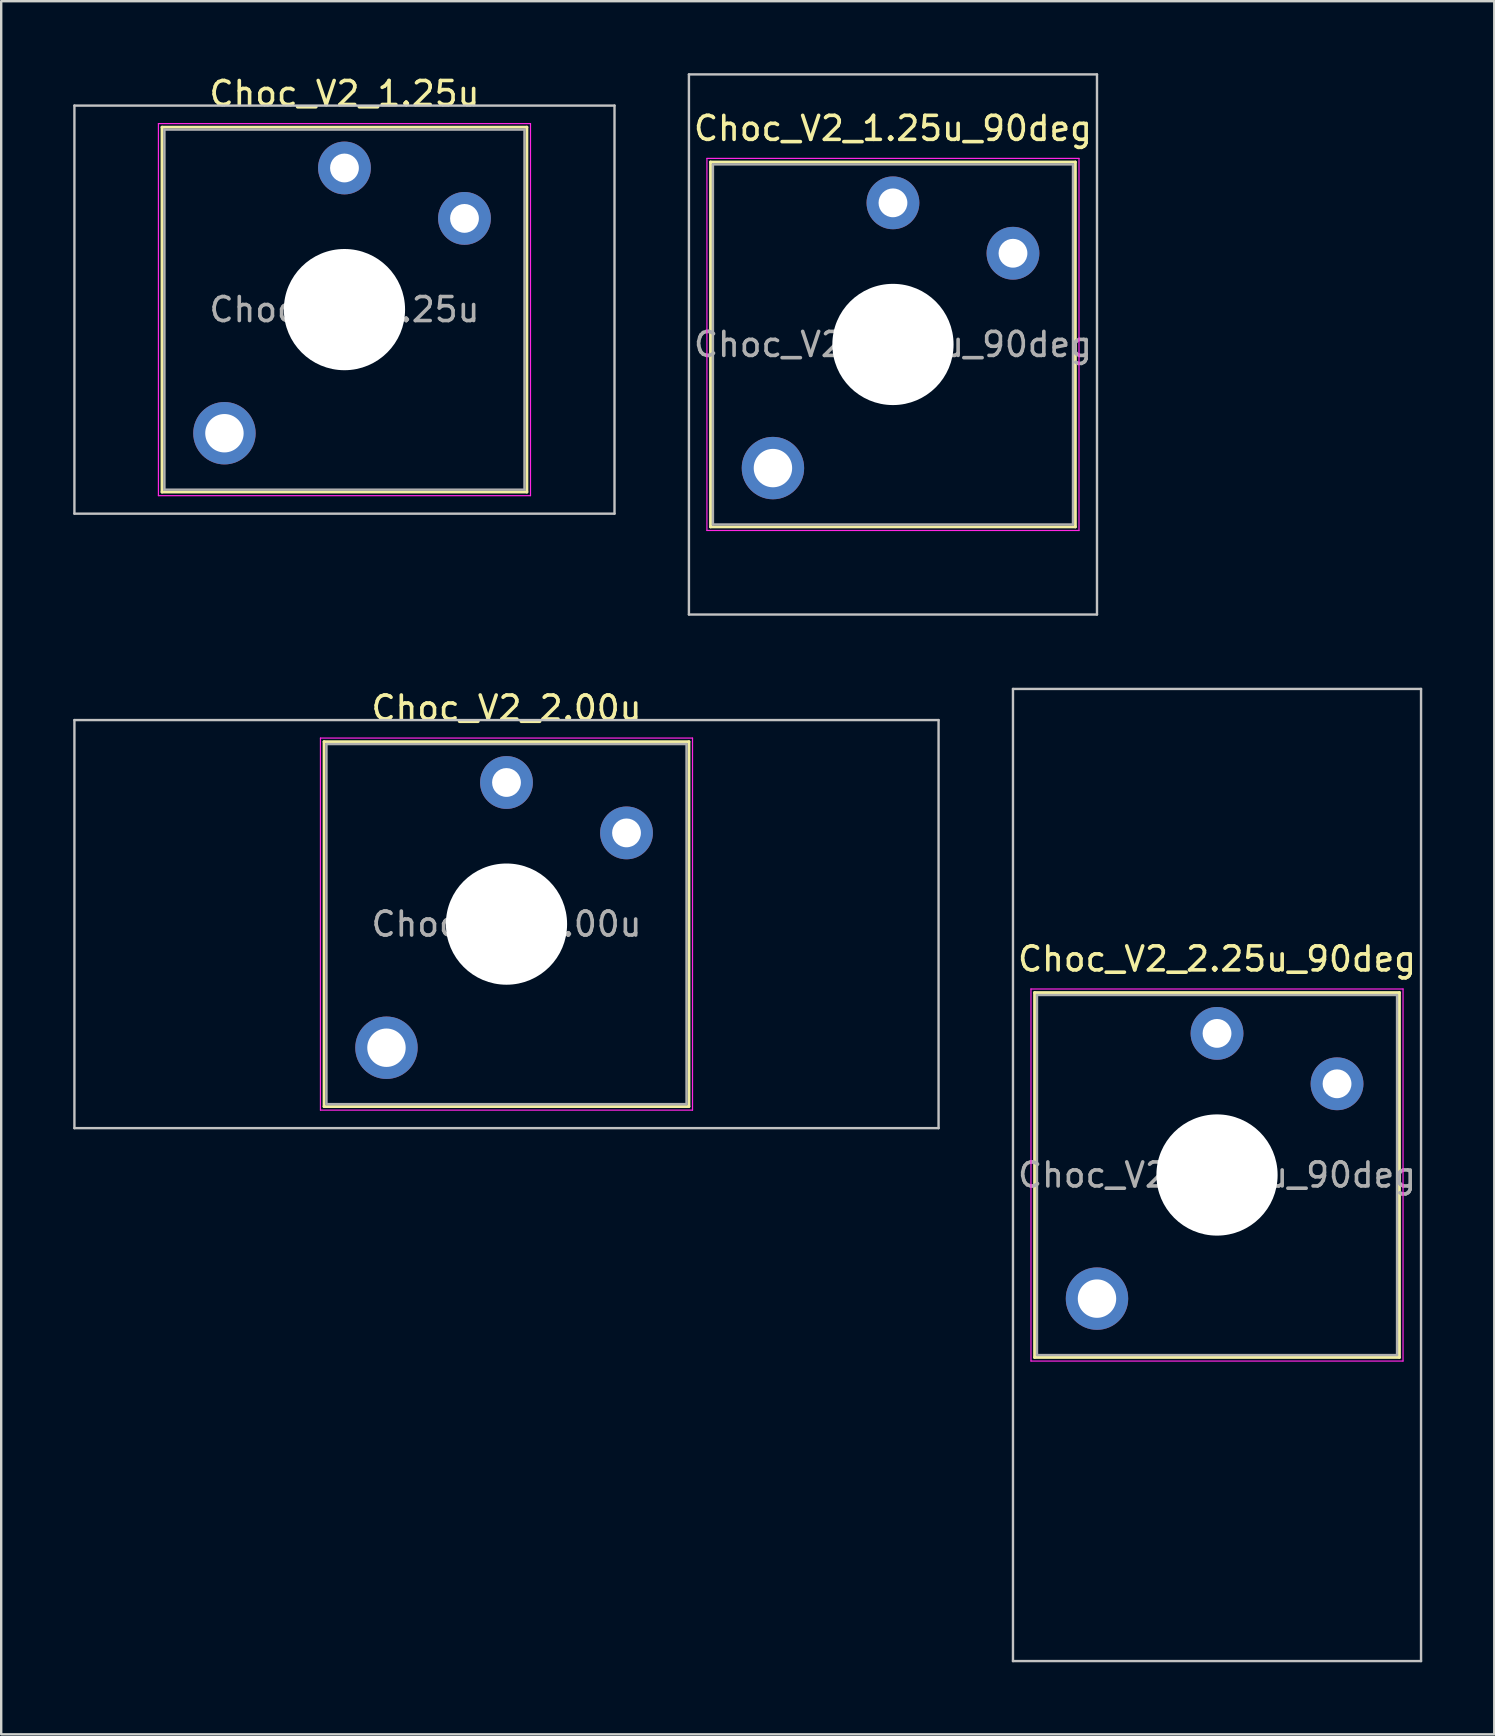
<source format=kicad_pcb>
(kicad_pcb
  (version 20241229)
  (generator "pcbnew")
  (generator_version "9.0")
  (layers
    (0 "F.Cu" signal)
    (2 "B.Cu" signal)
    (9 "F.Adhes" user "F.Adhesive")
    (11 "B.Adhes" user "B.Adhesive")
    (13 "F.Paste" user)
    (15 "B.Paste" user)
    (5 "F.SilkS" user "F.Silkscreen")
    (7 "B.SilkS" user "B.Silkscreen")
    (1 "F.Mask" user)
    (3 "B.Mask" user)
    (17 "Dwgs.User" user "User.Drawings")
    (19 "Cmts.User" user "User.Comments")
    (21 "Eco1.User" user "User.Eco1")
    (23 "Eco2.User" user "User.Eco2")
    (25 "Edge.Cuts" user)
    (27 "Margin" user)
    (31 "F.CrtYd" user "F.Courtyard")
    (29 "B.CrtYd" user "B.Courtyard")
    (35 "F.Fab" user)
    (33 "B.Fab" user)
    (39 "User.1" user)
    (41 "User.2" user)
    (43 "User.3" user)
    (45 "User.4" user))
  (footprint "Choc_V2_2.00u"
    (layer "F.Cu")
    (at 18.05 35.448)
    (property "Reference" "Choc_V2_2.00u" (at 0 -9 0) (layer "F.SilkS") (effects (font (size 1 1) (thickness 0.15))))
    (attr through_hole)
    (fp_line (start -7.6 -7.6) (end -7.6 7.6) (stroke (width 0.12) (type solid)) (layer "F.SilkS"))
    (fp_line (start -7.6 7.6) (end 7.6 7.6) (stroke (width 0.12) (type solid)) (layer "F.SilkS"))
    (fp_line (start 7.6 -7.6) (end -7.6 -7.6) (stroke (width 0.12) (type solid)) (layer "F.SilkS"))
    (fp_line (start 7.6 7.6) (end 7.6 -7.6) (stroke (width 0.12) (type solid)) (layer "F.SilkS"))
    (fp_line (start -18 -8.5) (end -18 8.5) (stroke (width 0.1) (type solid)) (layer "Dwgs.User"))
    (fp_line (start -18 8.5) (end 18 8.5) (stroke (width 0.1) (type solid)) (layer "Dwgs.User"))
    (fp_line (start 18 -8.5) (end -18 -8.5) (stroke (width 0.1) (type solid)) (layer "Dwgs.User"))
    (fp_line (start 18 8.5) (end 18 -8.5) (stroke (width 0.1) (type solid)) (layer "Dwgs.User"))
    (fp_line (start -7.25 -7.25) (end -7.25 7.25) (stroke (width 0.1) (type solid)) (layer "Eco1.User"))
    (fp_line (start -7.25 7.25) (end 7.25 7.25) (stroke (width 0.1) (type solid)) (layer "Eco1.User"))
    (fp_line (start 7.25 -7.25) (end -7.25 -7.25) (stroke (width 0.1) (type solid)) (layer "Eco1.User"))
    (fp_line (start 7.25 7.25) (end 7.25 -7.25) (stroke (width 0.1) (type solid)) (layer "Eco1.User"))
    (fp_line (start -7.75 -7.75) (end -7.75 7.75) (stroke (width 0.05) (type solid)) (layer "F.CrtYd"))
    (fp_line (start -7.75 7.75) (end 7.75 7.75) (stroke (width 0.05) (type solid)) (layer "F.CrtYd"))
    (fp_line (start 7.75 -7.75) (end -7.75 -7.75) (stroke (width 0.05) (type solid)) (layer "F.CrtYd"))
    (fp_line (start 7.75 7.75) (end 7.75 -7.75) (stroke (width 0.05) (type solid)) (layer "F.CrtYd"))
    (fp_line (start -7.5 -7.5) (end -7.5 7.5) (stroke (width 0.1) (type solid)) (layer "F.Fab"))
    (fp_line (start -7.5 7.5) (end 7.5 7.5) (stroke (width 0.1) (type solid)) (layer "F.Fab"))
    (fp_line (start 7.5 -7.5) (end -7.5 -7.5) (stroke (width 0.1) (type solid)) (layer "F.Fab"))
    (fp_line (start 7.5 7.5) (end 7.5 -7.5) (stroke (width 0.1) (type solid)) (layer "F.Fab"))
    (fp_text user "${REFERENCE}" (at 0 0 0) (layer "F.Fab") (effects (font (size 1 1) (thickness 0.15))))
    (pad "" thru_hole circle (at -5 5.15) (size 2.6 2.6) (drill 1.6) (layers "*.Cu" "*.Mask"))
    (pad "" np_thru_hole circle (at 0 0) (size 5.05 5.05) (drill 5.05) (layers "*.Cu" "*.Mask"))
    (pad "1" thru_hole circle (at 0 -5.9) (size 2.2 2.2) (drill 1.2) (layers "*.Cu" "*.Mask"))
    (pad "2" thru_hole circle (at 5 -3.8) (size 2.2 2.2) (drill 1.2) (layers "*.Cu" "*.Mask")))
  (footprint "Choc_V2_2.25u_90deg"
    (layer "F.Cu")
    (at 47.65 45.9)
    (property "Reference" "Choc_V2_2.25u_90deg" (at 0 -9 0) (layer "F.SilkS") (effects (font (size 1 1) (thickness 0.15))))
    (attr through_hole)
    (fp_line (start -7.6 -7.6) (end -7.6 7.6) (stroke (width 0.12) (type solid)) (layer "F.SilkS"))
    (fp_line (start -7.6 7.6) (end 7.6 7.6) (stroke (width 0.12) (type solid)) (layer "F.SilkS"))
    (fp_line (start 7.6 -7.6) (end -7.6 -7.6) (stroke (width 0.12) (type solid)) (layer "F.SilkS"))
    (fp_line (start 7.6 7.6) (end 7.6 -7.6) (stroke (width 0.12) (type solid)) (layer "F.SilkS"))
    (fp_line (start -8.5 -20.25) (end 8.5 -20.25) (stroke (width 0.1) (type solid)) (layer "Dwgs.User"))
    (fp_line (start -8.5 20.25) (end -8.5 -20.25) (stroke (width 0.1) (type solid)) (layer "Dwgs.User"))
    (fp_line (start 8.5 -20.25) (end 8.5 20.25) (stroke (width 0.1) (type solid)) (layer "Dwgs.User"))
    (fp_line (start 8.5 20.25) (end -8.5 20.25) (stroke (width 0.1) (type solid)) (layer "Dwgs.User"))
    (fp_line (start -7.25 -7.25) (end -7.25 7.25) (stroke (width 0.1) (type solid)) (layer "Eco1.User"))
    (fp_line (start -7.25 7.25) (end 7.25 7.25) (stroke (width 0.1) (type solid)) (layer "Eco1.User"))
    (fp_line (start 7.25 -7.25) (end -7.25 -7.25) (stroke (width 0.1) (type solid)) (layer "Eco1.User"))
    (fp_line (start 7.25 7.25) (end 7.25 -7.25) (stroke (width 0.1) (type solid)) (layer "Eco1.User"))
    (fp_line (start -7.75 -7.75) (end -7.75 7.75) (stroke (width 0.05) (type solid)) (layer "F.CrtYd"))
    (fp_line (start -7.75 7.75) (end 7.75 7.75) (stroke (width 0.05) (type solid)) (layer "F.CrtYd"))
    (fp_line (start 7.75 -7.75) (end -7.75 -7.75) (stroke (width 0.05) (type solid)) (layer "F.CrtYd"))
    (fp_line (start 7.75 7.75) (end 7.75 -7.75) (stroke (width 0.05) (type solid)) (layer "F.CrtYd"))
    (fp_line (start -7.5 -7.5) (end -7.5 7.5) (stroke (width 0.1) (type solid)) (layer "F.Fab"))
    (fp_line (start -7.5 7.5) (end 7.5 7.5) (stroke (width 0.1) (type solid)) (layer "F.Fab"))
    (fp_line (start 7.5 -7.5) (end -7.5 -7.5) (stroke (width 0.1) (type solid)) (layer "F.Fab"))
    (fp_line (start 7.5 7.5) (end 7.5 -7.5) (stroke (width 0.1) (type solid)) (layer "F.Fab"))
    (fp_text user "${REFERENCE}" (at 0 0 0) (layer "F.Fab") (effects (font (size 1 1) (thickness 0.15))))
    (pad "" thru_hole circle (at -5 5.15) (size 2.6 2.6) (drill 1.6) (layers "*.Cu" "*.Mask"))
    (pad "" np_thru_hole circle (at 0 0) (size 5.05 5.05) (drill 5.05) (layers "*.Cu" "*.Mask"))
    (pad "1" thru_hole circle (at 0 -5.9) (size 2.2 2.2) (drill 1.2) (layers "*.Cu" "*.Mask"))
    (pad "2" thru_hole circle (at 5 -3.8) (size 2.2 2.2) (drill 1.2) (layers "*.Cu" "*.Mask")))
  (footprint "Choc_V2_1.25u_90deg"
    (layer "F.Cu")
    (at 34.15 11.3)
    (property "Reference" "Choc_V2_1.25u_90deg" (at 0 -9 0) (layer "F.SilkS") (effects (font (size 1 1) (thickness 0.15))))
    (attr through_hole)
    (fp_line (start -7.6 -7.6) (end -7.6 7.6) (stroke (width 0.12) (type solid)) (layer "F.SilkS"))
    (fp_line (start -7.6 7.6) (end 7.6 7.6) (stroke (width 0.12) (type solid)) (layer "F.SilkS"))
    (fp_line (start 7.6 -7.6) (end -7.6 -7.6) (stroke (width 0.12) (type solid)) (layer "F.SilkS"))
    (fp_line (start 7.6 7.6) (end 7.6 -7.6) (stroke (width 0.12) (type solid)) (layer "F.SilkS"))
    (fp_line (start -8.5 -11.25) (end 8.5 -11.25) (stroke (width 0.1) (type solid)) (layer "Dwgs.User"))
    (fp_line (start -8.5 11.25) (end -8.5 -11.25) (stroke (width 0.1) (type solid)) (layer "Dwgs.User"))
    (fp_line (start 8.5 -11.25) (end 8.5 11.25) (stroke (width 0.1) (type solid)) (layer "Dwgs.User"))
    (fp_line (start 8.5 11.25) (end -8.5 11.25) (stroke (width 0.1) (type solid)) (layer "Dwgs.User"))
    (fp_line (start -7.25 -7.25) (end -7.25 7.25) (stroke (width 0.1) (type solid)) (layer "Eco1.User"))
    (fp_line (start -7.25 7.25) (end 7.25 7.25) (stroke (width 0.1) (type solid)) (layer "Eco1.User"))
    (fp_line (start 7.25 -7.25) (end -7.25 -7.25) (stroke (width 0.1) (type solid)) (layer "Eco1.User"))
    (fp_line (start 7.25 7.25) (end 7.25 -7.25) (stroke (width 0.1) (type solid)) (layer "Eco1.User"))
    (fp_line (start -7.75 -7.75) (end -7.75 7.75) (stroke (width 0.05) (type solid)) (layer "F.CrtYd"))
    (fp_line (start -7.75 7.75) (end 7.75 7.75) (stroke (width 0.05) (type solid)) (layer "F.CrtYd"))
    (fp_line (start 7.75 -7.75) (end -7.75 -7.75) (stroke (width 0.05) (type solid)) (layer "F.CrtYd"))
    (fp_line (start 7.75 7.75) (end 7.75 -7.75) (stroke (width 0.05) (type solid)) (layer "F.CrtYd"))
    (fp_line (start -7.5 -7.5) (end -7.5 7.5) (stroke (width 0.1) (type solid)) (layer "F.Fab"))
    (fp_line (start -7.5 7.5) (end 7.5 7.5) (stroke (width 0.1) (type solid)) (layer "F.Fab"))
    (fp_line (start 7.5 -7.5) (end -7.5 -7.5) (stroke (width 0.1) (type solid)) (layer "F.Fab"))
    (fp_line (start 7.5 7.5) (end 7.5 -7.5) (stroke (width 0.1) (type solid)) (layer "F.Fab"))
    (fp_text user "${REFERENCE}" (at 0 0 0) (layer "F.Fab") (effects (font (size 1 1) (thickness 0.15))))
    (pad "" thru_hole circle (at -5 5.15) (size 2.6 2.6) (drill 1.6) (layers "*.Cu" "*.Mask"))
    (pad "" np_thru_hole circle (at 0 0) (size 5.05 5.05) (drill 5.05) (layers "*.Cu" "*.Mask"))
    (pad "1" thru_hole circle (at 0 -5.9) (size 2.2 2.2) (drill 1.2) (layers "*.Cu" "*.Mask"))
    (pad "2" thru_hole circle (at 5 -3.8) (size 2.2 2.2) (drill 1.2) (layers "*.Cu" "*.Mask")))
  (footprint "Choc_V2_1.25u"
    (layer "F.Cu")
    (at 11.3 9.848)
    (property "Reference" "Choc_V2_1.25u" (at 0 -9 0) (layer "F.SilkS") (effects (font (size 1 1) (thickness 0.15))))
    (attr through_hole)
    (fp_line (start -7.6 -7.6) (end -7.6 7.6) (stroke (width 0.12) (type solid)) (layer "F.SilkS"))
    (fp_line (start -7.6 7.6) (end 7.6 7.6) (stroke (width 0.12) (type solid)) (layer "F.SilkS"))
    (fp_line (start 7.6 -7.6) (end -7.6 -7.6) (stroke (width 0.12) (type solid)) (layer "F.SilkS"))
    (fp_line (start 7.6 7.6) (end 7.6 -7.6) (stroke (width 0.12) (type solid)) (layer "F.SilkS"))
    (fp_line (start -11.25 -8.5) (end -11.25 8.5) (stroke (width 0.1) (type solid)) (layer "Dwgs.User"))
    (fp_line (start -11.25 8.5) (end 11.25 8.5) (stroke (width 0.1) (type solid)) (layer "Dwgs.User"))
    (fp_line (start 11.25 -8.5) (end -11.25 -8.5) (stroke (width 0.1) (type solid)) (layer "Dwgs.User"))
    (fp_line (start 11.25 8.5) (end 11.25 -8.5) (stroke (width 0.1) (type solid)) (layer "Dwgs.User"))
    (fp_line (start -7.25 -7.25) (end -7.25 7.25) (stroke (width 0.1) (type solid)) (layer "Eco1.User"))
    (fp_line (start -7.25 7.25) (end 7.25 7.25) (stroke (width 0.1) (type solid)) (layer "Eco1.User"))
    (fp_line (start 7.25 -7.25) (end -7.25 -7.25) (stroke (width 0.1) (type solid)) (layer "Eco1.User"))
    (fp_line (start 7.25 7.25) (end 7.25 -7.25) (stroke (width 0.1) (type solid)) (layer "Eco1.User"))
    (fp_line (start -7.75 -7.75) (end -7.75 7.75) (stroke (width 0.05) (type solid)) (layer "F.CrtYd"))
    (fp_line (start -7.75 7.75) (end 7.75 7.75) (stroke (width 0.05) (type solid)) (layer "F.CrtYd"))
    (fp_line (start 7.75 -7.75) (end -7.75 -7.75) (stroke (width 0.05) (type solid)) (layer "F.CrtYd"))
    (fp_line (start 7.75 7.75) (end 7.75 -7.75) (stroke (width 0.05) (type solid)) (layer "F.CrtYd"))
    (fp_line (start -7.5 -7.5) (end -7.5 7.5) (stroke (width 0.1) (type solid)) (layer "F.Fab"))
    (fp_line (start -7.5 7.5) (end 7.5 7.5) (stroke (width 0.1) (type solid)) (layer "F.Fab"))
    (fp_line (start 7.5 -7.5) (end -7.5 -7.5) (stroke (width 0.1) (type solid)) (layer "F.Fab"))
    (fp_line (start 7.5 7.5) (end 7.5 -7.5) (stroke (width 0.1) (type solid)) (layer "F.Fab"))
    (fp_text user "${REFERENCE}" (at 0 0 0) (layer "F.Fab") (effects (font (size 1 1) (thickness 0.15))))
    (pad "" thru_hole circle (at -5 5.15) (size 2.6 2.6) (drill 1.6) (layers "*.Cu" "*.Mask"))
    (pad "" np_thru_hole circle (at 0 0) (size 5.05 5.05) (drill 5.05) (layers "*.Cu" "*.Mask"))
    (pad "1" thru_hole circle (at 0 -5.9) (size 2.2 2.2) (drill 1.2) (layers "*.Cu" "*.Mask"))
    (pad "2" thru_hole circle (at 5 -3.8) (size 2.2 2.2) (drill 1.2) (layers "*.Cu" "*.Mask")))
  (gr_rect
    (start -3 -3)
    (end 59.2 69.2)
    (stroke (width 0.1) (type default))
    (fill no)
    (layer "Edge.Cuts")))
</source>
